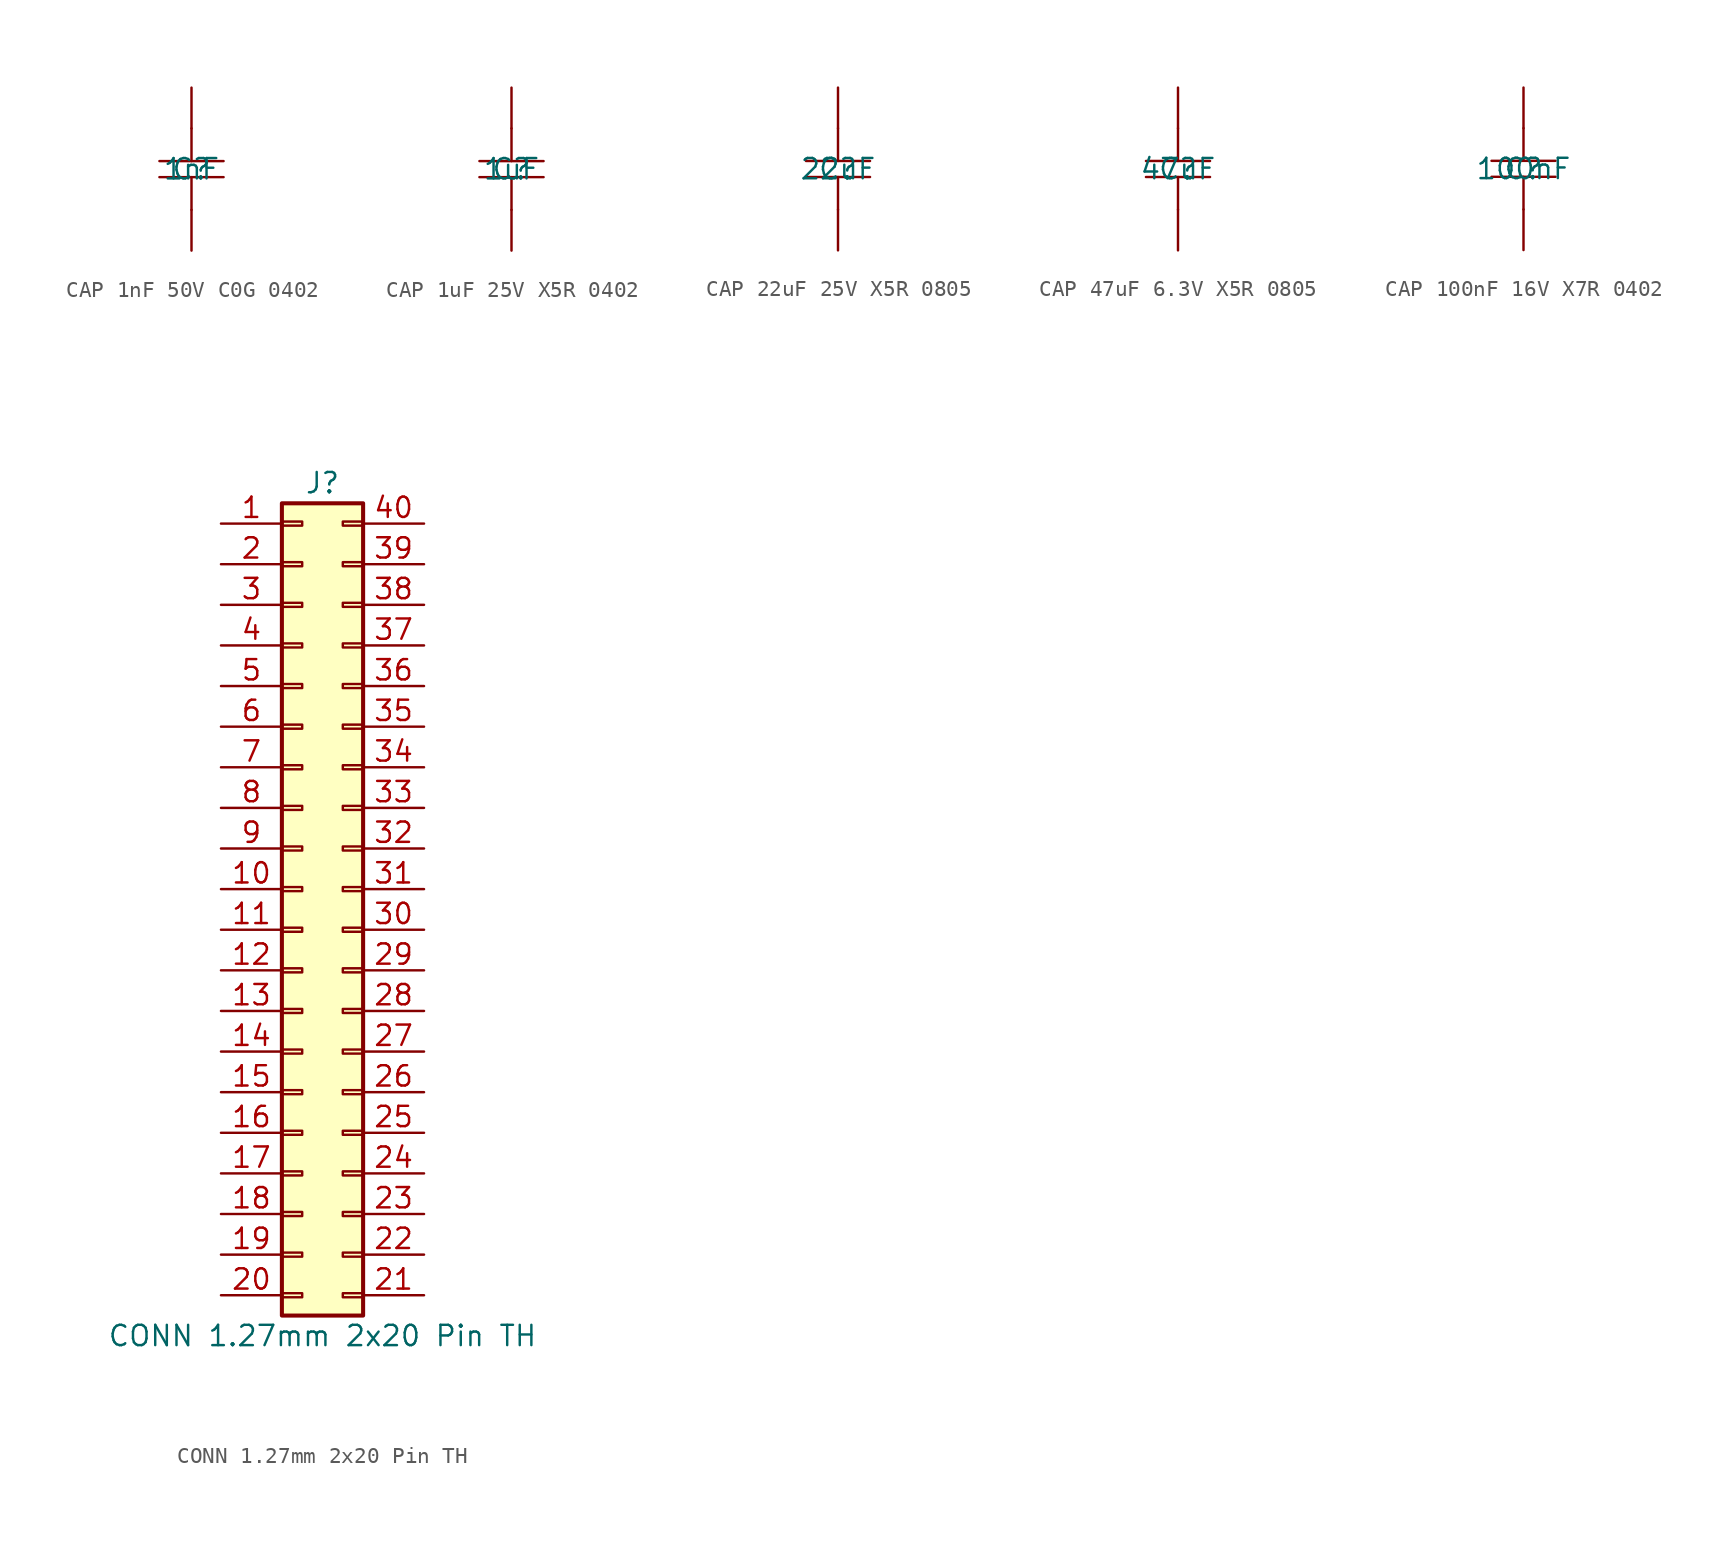
<source format=kicad_sym>
(kicad_symbol_lib
  (version 20241209)
  (generator "kicad_symbol_editor")
  (generator_version "9.0")
  (symbol "CAP 1nF 50V C0G 0402"
    (pin_numbers
      (hide yes))
    (pin_names
      (hide yes))
    (property "Reference" "C"
      (at 0 0 0)
      (effects (font (size 1.27 1.27))))
    (property "Value" "1nF"
      (at 0 0 0)
      (effects (font (size 1.27 1.27))))
    (symbol "CAP 1nF 50V C0G 0402_1_0"
      (polyline (pts (xy -2 0.5) (xy 2 0.5)) (stroke (width 0) (type solid)) (fill (type none)))
      (polyline (pts (xy -2 -0.5) (xy 2 -0.5)) (stroke (width 0) (type solid)) (fill (type none)))
      (polyline (pts (xy 0 2.54) (xy 0 0.5)) (stroke (width 0) (type solid)) (fill (type none)))
      (polyline (pts (xy 0 -2.54) (xy 0 -0.5)) (stroke (width 0) (type solid)) (fill (type none)))
      (pin passive line (at 0 5.08 270) (length 2.54) (name "2" (effects (font (size 1.27 1.27)))) (number "2" (effects (font (size 1.27 1.27)))))
      (pin passive line (at 0 -5.08 90) (length 2.54) (name "1" (effects (font (size 1.27 1.27)))) (number "1" (effects (font (size 1.27 1.27)))))))
  (symbol "CAP 1uF 25V X5R 0402"
    (pin_numbers
      (hide yes))
    (pin_names
      (hide yes))
    (property "Reference" "C"
      (at 0 0 0)
      (effects (font (size 1.27 1.27))))
    (property "Value" "1uF"
      (at 0 0 0)
      (effects (font (size 1.27 1.27))))
    (symbol "CAP 1uF 25V X5R 0402_1_0"
      (polyline (pts (xy 0 2.54) (xy 0 0.5)) (stroke (width 0) (type solid)) (fill (type none)))
      (polyline (pts (xy 0 -2.54) (xy 0 -0.5)) (stroke (width 0) (type solid)) (fill (type none)))
      (polyline (pts (xy 2 0.5) (xy -2 0.5)) (stroke (width 0) (type solid)) (fill (type none)))
      (polyline (pts (xy 2 -0.5) (xy -2 -0.5)) (stroke (width 0) (type solid)) (fill (type none)))
      (pin passive line (at 0 5.08 270) (length 2.54) (name "1" (effects (font (size 1.27 1.27)))) (number "1" (effects (font (size 1.27 1.27)))))
      (pin passive line (at 0 -5.08 90) (length 2.54) (name "2" (effects (font (size 1.27 1.27)))) (number "2" (effects (font (size 1.27 1.27)))))))
  (symbol "CAP 22uF 25V X5R 0805"
    (pin_numbers
      (hide yes))
    (pin_names
      (hide yes))
    (property "Reference" "C"
      (at 0 0 0)
      (effects (font (size 1.27 1.27))))
    (property "Value" "22uF"
      (at 0 0 0)
      (effects (font (size 1.27 1.27))))
    (symbol "CAP 22uF 25V X5R 0805_1_0"
      (polyline (pts (xy -2 0.5) (xy 2 0.5)) (stroke (width 0) (type solid)) (fill (type none)))
      (polyline (pts (xy -2 -0.5) (xy 2 -0.5)) (stroke (width 0) (type solid)) (fill (type none)))
      (polyline (pts (xy 0 2.54) (xy 0 0.5)) (stroke (width 0) (type solid)) (fill (type none)))
      (polyline (pts (xy 0 -2.54) (xy 0 -0.5)) (stroke (width 0) (type solid)) (fill (type none)))
      (pin passive line (at 0 5.08 270) (length 2.54) (name "2" (effects (font (size 1.27 1.27)))) (number "2" (effects (font (size 1.27 1.27)))))
      (pin passive line (at 0 -5.08 90) (length 2.54) (name "1" (effects (font (size 1.27 1.27)))) (number "1" (effects (font (size 1.27 1.27)))))))
  (symbol "CAP 47uF 6.3V X5R 0805"
    (pin_numbers
      (hide yes))
    (pin_names
      (hide yes))
    (property "Reference" "C"
      (at 0 0 0)
      (effects (font (size 1.27 1.27))))
    (property "Value" "47uF"
      (at 0 0 0)
      (effects (font (size 1.27 1.27))))
    (symbol "CAP 47uF 6.3V X5R 0805_1_0"
      (polyline (pts (xy -2 0.5) (xy 2 0.5)) (stroke (width 0) (type solid)) (fill (type none)))
      (polyline (pts (xy -2 -0.5) (xy 2 -0.5)) (stroke (width 0) (type solid)) (fill (type none)))
      (polyline (pts (xy 0 2.54) (xy 0 0.5)) (stroke (width 0) (type solid)) (fill (type none)))
      (polyline (pts (xy 0 -2.54) (xy 0 -0.5)) (stroke (width 0) (type solid)) (fill (type none)))
      (pin passive line (at 0 5.08 270) (length 2.54) (name "2" (effects (font (size 1.27 1.27)))) (number "2" (effects (font (size 1.27 1.27)))))
      (pin passive line (at 0 -5.08 90) (length 2.54) (name "1" (effects (font (size 1.27 1.27)))) (number "1" (effects (font (size 1.27 1.27)))))))
  (symbol "CAP 100nF 16V X7R 0402"
    (pin_numbers
      (hide yes))
    (pin_names
      (hide yes))
    (property "Reference" "C"
      (at 0 0 0)
      (effects (font (size 1.27 1.27))))
    (property "Value" "100nF"
      (at 0 0 0)
      (effects (font (size 1.27 1.27))))
    (symbol "CAP 100nF 16V X7R 0402_1_0"
      (polyline (pts (xy -2 0.5) (xy 2 0.5)) (stroke (width 0) (type solid)) (fill (type none)))
      (polyline (pts (xy -2 -0.5) (xy 2 -0.5)) (stroke (width 0) (type solid)) (fill (type none)))
      (polyline (pts (xy 0 2.54) (xy 0 0.5)) (stroke (width 0) (type solid)) (fill (type none)))
      (polyline (pts (xy 0 -2.54) (xy 0 -0.5)) (stroke (width 0) (type solid)) (fill (type none)))
      (pin passive line (at 0 5.08 270) (length 2.54) (name "2" (effects (font (size 1.27 1.27)))) (number "2" (effects (font (size 1.27 1.27)))))
      (pin passive line (at 0 -5.08 90) (length 2.54) (name "1" (effects (font (size 1.27 1.27)))) (number "1" (effects (font (size 1.27 1.27)))))))
  (symbol "CONN 1.27mm 2x20 Pin TH"
    (pin_names
      (offset 1.016)
      (hide yes))
    (property "Reference" "J"
      (at 1.27 25.4 0)
      (effects (font (size 1.27 1.27))))
    (property "Value" "CONN 1.27mm 2x20 Pin TH"
      (at 1.27 -27.94 0)
      (effects (font (size 1.27 1.27))))
    (symbol "CONN 1.27mm 2x20 Pin TH_1_1"
      (rectangle (start -1.27 24.13) (end 3.81 -26.67) (stroke (width 0.254) (type default)) (fill (type background)))
      (rectangle (start -1.27 22.987) (end 0 22.733) (stroke (width 0.152) (type default)) (fill (type none)))
      (rectangle (start -1.27 20.447) (end 0 20.193) (stroke (width 0.152) (type default)) (fill (type none)))
      (rectangle (start -1.27 17.907) (end 0 17.653) (stroke (width 0.152) (type default)) (fill (type none)))
      (rectangle (start -1.27 15.367) (end 0 15.113) (stroke (width 0.152) (type default)) (fill (type none)))
      (rectangle (start -1.27 12.827) (end 0 12.573) (stroke (width 0.152) (type default)) (fill (type none)))
      (rectangle (start -1.27 10.287) (end 0 10.033) (stroke (width 0.152) (type default)) (fill (type none)))
      (rectangle (start -1.27 7.747) (end 0 7.493) (stroke (width 0.152) (type default)) (fill (type none)))
      (rectangle (start -1.27 5.207) (end 0 4.953) (stroke (width 0.152) (type default)) (fill (type none)))
      (rectangle (start -1.27 2.667) (end 0 2.413) (stroke (width 0.152) (type default)) (fill (type none)))
      (rectangle (start -1.27 0.127) (end 0 -0.127) (stroke (width 0.152) (type default)) (fill (type none)))
      (rectangle (start -1.27 -2.413) (end 0 -2.667) (stroke (width 0.152) (type default)) (fill (type none)))
      (rectangle (start -1.27 -4.953) (end 0 -5.207) (stroke (width 0.152) (type default)) (fill (type none)))
      (rectangle (start -1.27 -7.493) (end 0 -7.747) (stroke (width 0.152) (type default)) (fill (type none)))
      (rectangle (start -1.27 -10.033) (end 0 -10.287) (stroke (width 0.152) (type default)) (fill (type none)))
      (rectangle (start -1.27 -12.573) (end 0 -12.827) (stroke (width 0.152) (type default)) (fill (type none)))
      (rectangle (start -1.27 -15.113) (end 0 -15.367) (stroke (width 0.152) (type default)) (fill (type none)))
      (rectangle (start -1.27 -17.653) (end 0 -17.907) (stroke (width 0.152) (type default)) (fill (type none)))
      (rectangle (start -1.27 -20.193) (end 0 -20.447) (stroke (width 0.152) (type default)) (fill (type none)))
      (rectangle (start -1.27 -22.733) (end 0 -22.987) (stroke (width 0.152) (type default)) (fill (type none)))
      (rectangle (start -1.27 -25.273) (end 0 -25.527) (stroke (width 0.152) (type default)) (fill (type none)))
      (rectangle (start 3.81 22.987) (end 2.54 22.733) (stroke (width 0.152) (type default)) (fill (type none)))
      (rectangle (start 3.81 20.447) (end 2.54 20.193) (stroke (width 0.152) (type default)) (fill (type none)))
      (rectangle (start 3.81 17.907) (end 2.54 17.653) (stroke (width 0.152) (type default)) (fill (type none)))
      (rectangle (start 3.81 15.367) (end 2.54 15.113) (stroke (width 0.152) (type default)) (fill (type none)))
      (rectangle (start 3.81 12.827) (end 2.54 12.573) (stroke (width 0.152) (type default)) (fill (type none)))
      (rectangle (start 3.81 10.287) (end 2.54 10.033) (stroke (width 0.152) (type default)) (fill (type none)))
      (rectangle (start 3.81 7.747) (end 2.54 7.493) (stroke (width 0.152) (type default)) (fill (type none)))
      (rectangle (start 3.81 5.207) (end 2.54 4.953) (stroke (width 0.152) (type default)) (fill (type none)))
      (rectangle (start 3.81 2.667) (end 2.54 2.413) (stroke (width 0.152) (type default)) (fill (type none)))
      (rectangle (start 3.81 0.127) (end 2.54 -0.127) (stroke (width 0.152) (type default)) (fill (type none)))
      (rectangle (start 3.81 -2.413) (end 2.54 -2.667) (stroke (width 0.152) (type default)) (fill (type none)))
      (rectangle (start 3.81 -4.953) (end 2.54 -5.207) (stroke (width 0.152) (type default)) (fill (type none)))
      (rectangle (start 3.81 -7.493) (end 2.54 -7.747) (stroke (width 0.152) (type default)) (fill (type none)))
      (rectangle (start 3.81 -10.033) (end 2.54 -10.287) (stroke (width 0.152) (type default)) (fill (type none)))
      (rectangle (start 3.81 -12.573) (end 2.54 -12.827) (stroke (width 0.152) (type default)) (fill (type none)))
      (rectangle (start 3.81 -15.113) (end 2.54 -15.367) (stroke (width 0.152) (type default)) (fill (type none)))
      (rectangle (start 3.81 -17.653) (end 2.54 -17.907) (stroke (width 0.152) (type default)) (fill (type none)))
      (rectangle (start 3.81 -20.193) (end 2.54 -20.447) (stroke (width 0.152) (type default)) (fill (type none)))
      (rectangle (start 3.81 -22.733) (end 2.54 -22.987) (stroke (width 0.152) (type default)) (fill (type none)))
      (rectangle (start 3.81 -25.273) (end 2.54 -25.527) (stroke (width 0.152) (type default)) (fill (type none)))
      (pin passive line (at -5.08 22.86 0) (length 3.81) (name "Pin_1" (effects (font (size 1.27 1.27)))) (number "1" (effects (font (size 1.27 1.27)))))
      (pin passive line (at -5.08 20.32 0) (length 3.81) (name "Pin_2" (effects (font (size 1.27 1.27)))) (number "2" (effects (font (size 1.27 1.27)))))
      (pin passive line (at -5.08 17.78 0) (length 3.81) (name "Pin_3" (effects (font (size 1.27 1.27)))) (number "3" (effects (font (size 1.27 1.27)))))
      (pin passive line (at -5.08 15.24 0) (length 3.81) (name "Pin_4" (effects (font (size 1.27 1.27)))) (number "4" (effects (font (size 1.27 1.27)))))
      (pin passive line (at -5.08 12.7 0) (length 3.81) (name "Pin_5" (effects (font (size 1.27 1.27)))) (number "5" (effects (font (size 1.27 1.27)))))
      (pin passive line (at -5.08 10.16 0) (length 3.81) (name "Pin_6" (effects (font (size 1.27 1.27)))) (number "6" (effects (font (size 1.27 1.27)))))
      (pin passive line (at -5.08 7.62 0) (length 3.81) (name "Pin_7" (effects (font (size 1.27 1.27)))) (number "7" (effects (font (size 1.27 1.27)))))
      (pin passive line (at -5.08 5.08 0) (length 3.81) (name "Pin_8" (effects (font (size 1.27 1.27)))) (number "8" (effects (font (size 1.27 1.27)))))
      (pin passive line (at -5.08 2.54 0) (length 3.81) (name "Pin_9" (effects (font (size 1.27 1.27)))) (number "9" (effects (font (size 1.27 1.27)))))
      (pin passive line (at -5.08 0 0) (length 3.81) (name "Pin_10" (effects (font (size 1.27 1.27)))) (number "10" (effects (font (size 1.27 1.27)))))
      (pin passive line (at -5.08 -2.54 0) (length 3.81) (name "Pin_11" (effects (font (size 1.27 1.27)))) (number "11" (effects (font (size 1.27 1.27)))))
      (pin passive line (at -5.08 -5.08 0) (length 3.81) (name "Pin_12" (effects (font (size 1.27 1.27)))) (number "12" (effects (font (size 1.27 1.27)))))
      (pin passive line (at -5.08 -7.62 0) (length 3.81) (name "Pin_13" (effects (font (size 1.27 1.27)))) (number "13" (effects (font (size 1.27 1.27)))))
      (pin passive line (at -5.08 -10.16 0) (length 3.81) (name "Pin_14" (effects (font (size 1.27 1.27)))) (number "14" (effects (font (size 1.27 1.27)))))
      (pin passive line (at -5.08 -12.7 0) (length 3.81) (name "Pin_15" (effects (font (size 1.27 1.27)))) (number "15" (effects (font (size 1.27 1.27)))))
      (pin passive line (at -5.08 -15.24 0) (length 3.81) (name "Pin_16" (effects (font (size 1.27 1.27)))) (number "16" (effects (font (size 1.27 1.27)))))
      (pin passive line (at -5.08 -17.78 0) (length 3.81) (name "Pin_17" (effects (font (size 1.27 1.27)))) (number "17" (effects (font (size 1.27 1.27)))))
      (pin passive line (at -5.08 -20.32 0) (length 3.81) (name "Pin_18" (effects (font (size 1.27 1.27)))) (number "18" (effects (font (size 1.27 1.27)))))
      (pin passive line (at -5.08 -22.86 0) (length 3.81) (name "Pin_19" (effects (font (size 1.27 1.27)))) (number "19" (effects (font (size 1.27 1.27)))))
      (pin passive line (at -5.08 -25.4 0) (length 3.81) (name "Pin_20" (effects (font (size 1.27 1.27)))) (number "20" (effects (font (size 1.27 1.27)))))
      (pin passive line (at 7.62 22.86 180) (length 3.81) (name "Pin_40" (effects (font (size 1.27 1.27)))) (number "40" (effects (font (size 1.27 1.27)))))
      (pin passive line (at 7.62 20.32 180) (length 3.81) (name "Pin_39" (effects (font (size 1.27 1.27)))) (number "39" (effects (font (size 1.27 1.27)))))
      (pin passive line (at 7.62 17.78 180) (length 3.81) (name "Pin_38" (effects (font (size 1.27 1.27)))) (number "38" (effects (font (size 1.27 1.27)))))
      (pin passive line (at 7.62 15.24 180) (length 3.81) (name "Pin_37" (effects (font (size 1.27 1.27)))) (number "37" (effects (font (size 1.27 1.27)))))
      (pin passive line (at 7.62 12.7 180) (length 3.81) (name "Pin_36" (effects (font (size 1.27 1.27)))) (number "36" (effects (font (size 1.27 1.27)))))
      (pin passive line (at 7.62 10.16 180) (length 3.81) (name "Pin_35" (effects (font (size 1.27 1.27)))) (number "35" (effects (font (size 1.27 1.27)))))
      (pin passive line (at 7.62 7.62 180) (length 3.81) (name "Pin_34" (effects (font (size 1.27 1.27)))) (number "34" (effects (font (size 1.27 1.27)))))
      (pin passive line (at 7.62 5.08 180) (length 3.81) (name "Pin_33" (effects (font (size 1.27 1.27)))) (number "33" (effects (font (size 1.27 1.27)))))
      (pin passive line (at 7.62 2.54 180) (length 3.81) (name "Pin_32" (effects (font (size 1.27 1.27)))) (number "32" (effects (font (size 1.27 1.27)))))
      (pin passive line (at 7.62 0 180) (length 3.81) (name "Pin_31" (effects (font (size 1.27 1.27)))) (number "31" (effects (font (size 1.27 1.27)))))
      (pin passive line (at 7.62 -2.54 180) (length 3.81) (name "Pin_30" (effects (font (size 1.27 1.27)))) (number "30" (effects (font (size 1.27 1.27)))))
      (pin passive line (at 7.62 -5.08 180) (length 3.81) (name "Pin_29" (effects (font (size 1.27 1.27)))) (number "29" (effects (font (size 1.27 1.27)))))
      (pin passive line (at 7.62 -7.62 180) (length 3.81) (name "Pin_28" (effects (font (size 1.27 1.27)))) (number "28" (effects (font (size 1.27 1.27)))))
      (pin passive line (at 7.62 -10.16 180) (length 3.81) (name "Pin_27" (effects (font (size 1.27 1.27)))) (number "27" (effects (font (size 1.27 1.27)))))
      (pin passive line (at 7.62 -12.7 180) (length 3.81) (name "Pin_26" (effects (font (size 1.27 1.27)))) (number "26" (effects (font (size 1.27 1.27)))))
      (pin passive line (at 7.62 -15.24 180) (length 3.81) (name "Pin_25" (effects (font (size 1.27 1.27)))) (number "25" (effects (font (size 1.27 1.27)))))
      (pin passive line (at 7.62 -17.78 180) (length 3.81) (name "Pin_24" (effects (font (size 1.27 1.27)))) (number "24" (effects (font (size 1.27 1.27)))))
      (pin passive line (at 7.62 -20.32 180) (length 3.81) (name "Pin_23" (effects (font (size 1.27 1.27)))) (number "23" (effects (font (size 1.27 1.27)))))
      (pin passive line (at 7.62 -22.86 180) (length 3.81) (name "Pin_22" (effects (font (size 1.27 1.27)))) (number "22" (effects (font (size 1.27 1.27)))))
      (pin passive line (at 7.62 -25.4 180) (length 3.81) (name "Pin_21" (effects (font (size 1.27 1.27)))) (number "21" (effects (font (size 1.27 1.27))))))))
</source>
